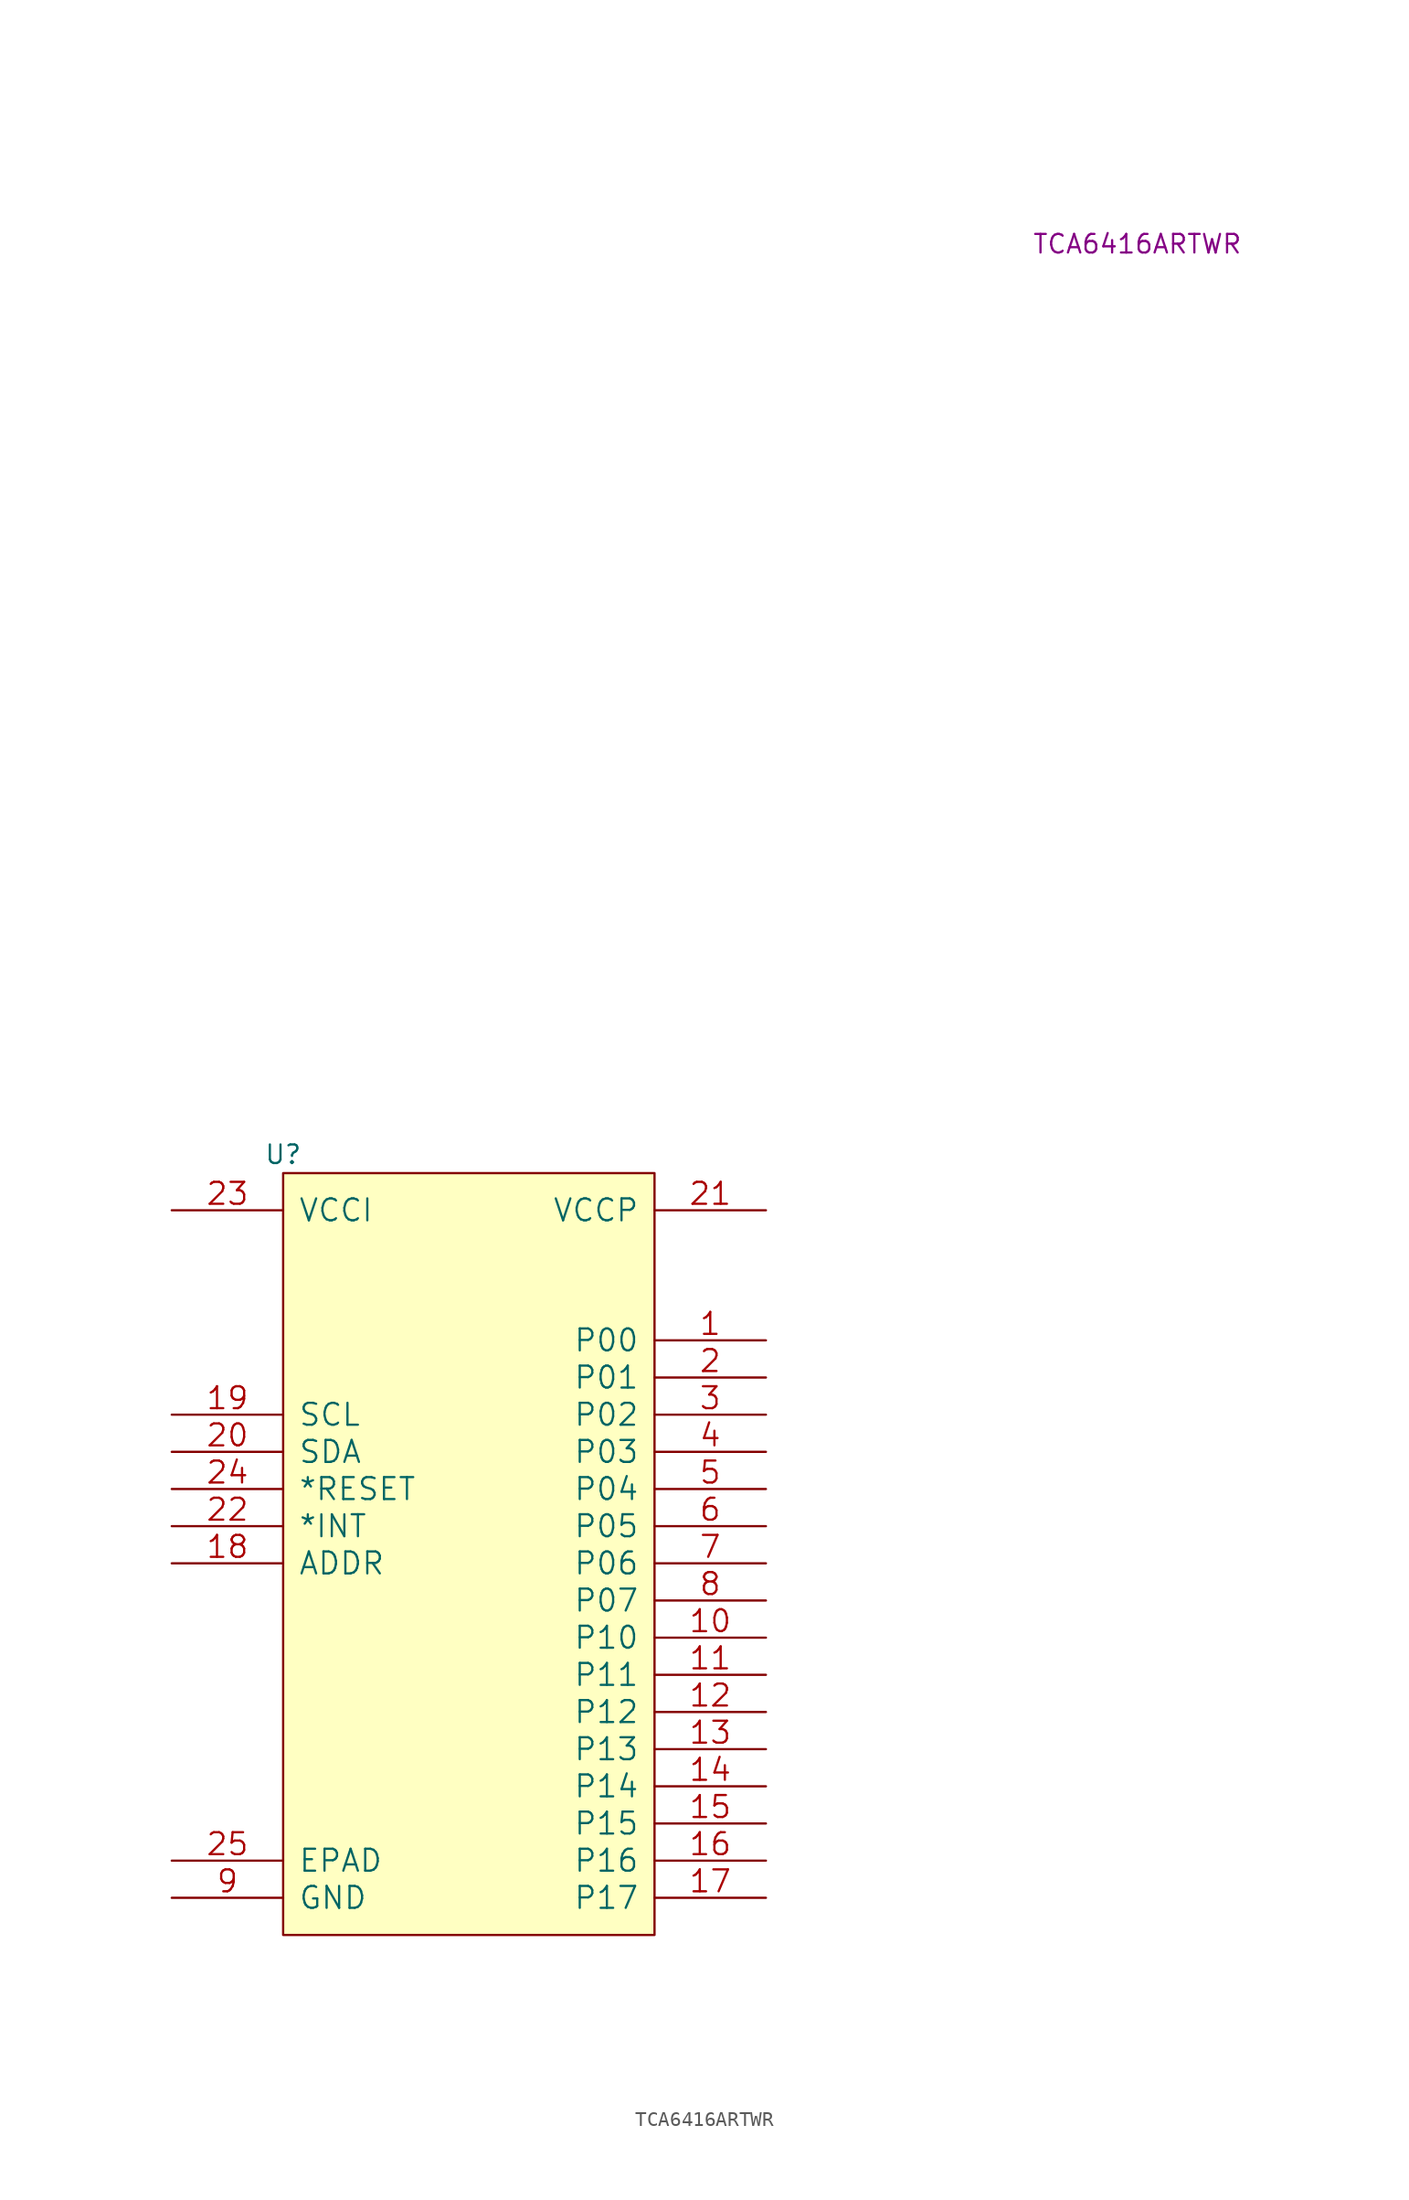
<source format=kicad_sym>
(kicad_symbol_lib
  (version 20220914)
  (generator kicad_symbol_editor)
  (symbol "TCA6416ARTWR"
    (pin_names
      (offset 1.016))
    (property "Reference" "U"
      (at 0 1.27 0)
      (effects (font (size 1.27 1.27))))
    (property "_Value_" "TCA6416ARTWR"
      (at 58.42 63.5 0)
      (effects (font (size 1.27 1.27))))
    (symbol "TCA6416ARTWR_0_1"
      (rectangle (start 0 0) (end 25.4 -52.07) (stroke (width 0) (type default)) (fill (type background))))
    (symbol "TCA6416ARTWR_1_1"
      (pin output line (at 33.02 -11.43 180) (length 7.62) (name "P00" (effects (font (size 1.499 1.499)))) (number "1" (effects (font (size 1.499 1.499)))))
      (pin output line (at 33.02 -31.75 180) (length 7.62) (name "P10" (effects (font (size 1.499 1.499)))) (number "10" (effects (font (size 1.499 1.499)))))
      (pin output line (at 33.02 -34.29 180) (length 7.62) (name "P11" (effects (font (size 1.499 1.499)))) (number "11" (effects (font (size 1.499 1.499)))))
      (pin power_in line (at 33.02 -36.83 180) (length 7.62) (name "P12" (effects (font (size 1.499 1.499)))) (number "12" (effects (font (size 1.499 1.499)))))
      (pin output line (at 33.02 -39.37 180) (length 7.62) (name "P13" (effects (font (size 1.499 1.499)))) (number "13" (effects (font (size 1.499 1.499)))))
      (pin output line (at 33.02 -41.91 180) (length 7.62) (name "P14" (effects (font (size 1.499 1.499)))) (number "14" (effects (font (size 1.499 1.499)))))
      (pin output line (at 33.02 -44.45 180) (length 7.62) (name "P15" (effects (font (size 1.499 1.499)))) (number "15" (effects (font (size 1.499 1.499)))))
      (pin output line (at 33.02 -46.99 180) (length 7.62) (name "P16" (effects (font (size 1.499 1.499)))) (number "16" (effects (font (size 1.499 1.499)))))
      (pin output line (at 33.02 -49.53 180) (length 7.62) (name "P17" (effects (font (size 1.499 1.499)))) (number "17" (effects (font (size 1.499 1.499)))))
      (pin unspecified line (at -7.62 -26.67 0) (length 7.62) (name "ADDR" (effects (font (size 1.499 1.499)))) (number "18" (effects (font (size 1.499 1.499)))))
      (pin unspecified line (at -7.62 -16.51 0) (length 7.62) (name "SCL" (effects (font (size 1.499 1.499)))) (number "19" (effects (font (size 1.499 1.499)))))
      (pin output line (at 33.02 -13.97 180) (length 7.62) (name "P01" (effects (font (size 1.499 1.499)))) (number "2" (effects (font (size 1.499 1.499)))))
      (pin unspecified line (at -7.62 -19.05 0) (length 7.62) (name "SDA" (effects (font (size 1.499 1.499)))) (number "20" (effects (font (size 1.499 1.499)))))
      (pin power_in line (at 33.02 -2.54 180) (length 7.62) (name "VCCP" (effects (font (size 1.499 1.499)))) (number "21" (effects (font (size 1.499 1.499)))))
      (pin output line (at -7.62 -24.13 0) (length 7.62) (name "*INT" (effects (font (size 1.499 1.499)))) (number "22" (effects (font (size 1.499 1.499)))))
      (pin power_in line (at -7.62 -2.54 0) (length 7.62) (name "VCCI" (effects (font (size 1.499 1.499)))) (number "23" (effects (font (size 1.499 1.499)))))
      (pin input line (at -7.62 -21.59 0) (length 7.62) (name "*RESET" (effects (font (size 1.499 1.499)))) (number "24" (effects (font (size 1.499 1.499)))))
      (pin unspecified line (at -7.62 -46.99 0) (length 7.62) (name "EPAD" (effects (font (size 1.499 1.499)))) (number "25" (effects (font (size 1.499 1.499)))))
      (pin output line (at 33.02 -16.51 180) (length 7.62) (name "P02" (effects (font (size 1.499 1.499)))) (number "3" (effects (font (size 1.499 1.499)))))
      (pin output line (at 33.02 -19.05 180) (length 7.62) (name "P03" (effects (font (size 1.499 1.499)))) (number "4" (effects (font (size 1.499 1.499)))))
      (pin output line (at 33.02 -21.59 180) (length 7.62) (name "P04" (effects (font (size 1.499 1.499)))) (number "5" (effects (font (size 1.499 1.499)))))
      (pin output line (at 33.02 -24.13 180) (length 7.62) (name "P05" (effects (font (size 1.499 1.499)))) (number "6" (effects (font (size 1.499 1.499)))))
      (pin output line (at 33.02 -26.67 180) (length 7.62) (name "P06" (effects (font (size 1.499 1.499)))) (number "7" (effects (font (size 1.499 1.499)))))
      (pin output line (at 33.02 -29.21 180) (length 7.62) (name "P07" (effects (font (size 1.499 1.499)))) (number "8" (effects (font (size 1.499 1.499)))))
      (pin power_in line (at -7.62 -49.53 0) (length 7.62) (name "GND" (effects (font (size 1.499 1.499)))) (number "9" (effects (font (size 1.499 1.499))))))))
</source>
